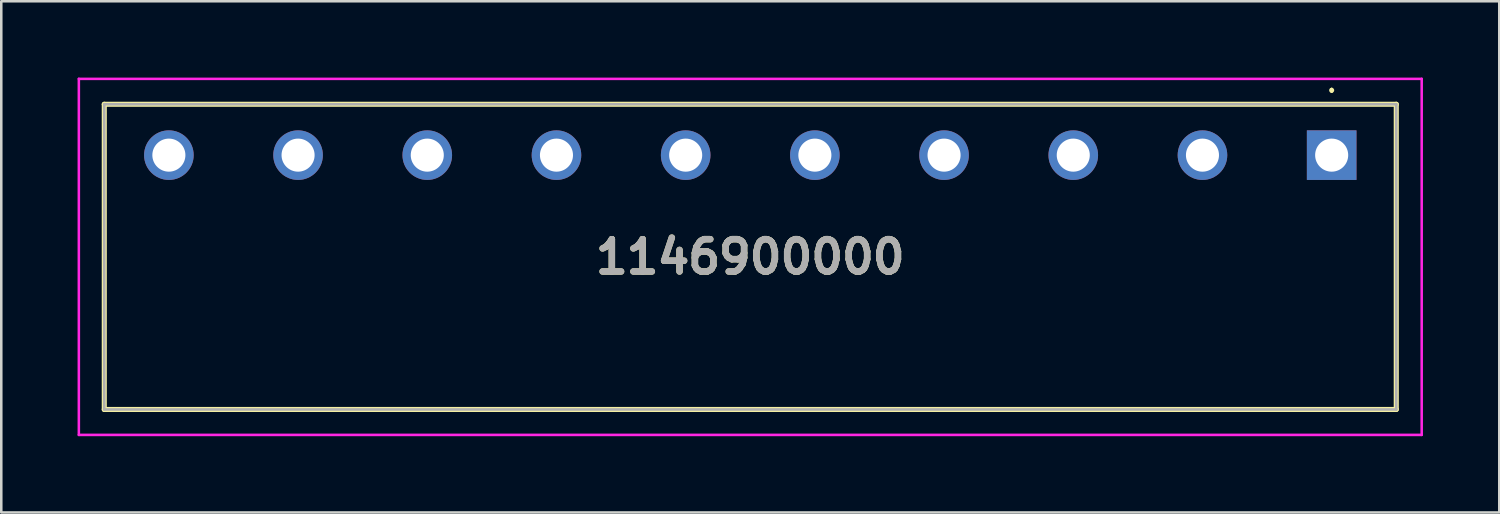
<source format=kicad_pcb>
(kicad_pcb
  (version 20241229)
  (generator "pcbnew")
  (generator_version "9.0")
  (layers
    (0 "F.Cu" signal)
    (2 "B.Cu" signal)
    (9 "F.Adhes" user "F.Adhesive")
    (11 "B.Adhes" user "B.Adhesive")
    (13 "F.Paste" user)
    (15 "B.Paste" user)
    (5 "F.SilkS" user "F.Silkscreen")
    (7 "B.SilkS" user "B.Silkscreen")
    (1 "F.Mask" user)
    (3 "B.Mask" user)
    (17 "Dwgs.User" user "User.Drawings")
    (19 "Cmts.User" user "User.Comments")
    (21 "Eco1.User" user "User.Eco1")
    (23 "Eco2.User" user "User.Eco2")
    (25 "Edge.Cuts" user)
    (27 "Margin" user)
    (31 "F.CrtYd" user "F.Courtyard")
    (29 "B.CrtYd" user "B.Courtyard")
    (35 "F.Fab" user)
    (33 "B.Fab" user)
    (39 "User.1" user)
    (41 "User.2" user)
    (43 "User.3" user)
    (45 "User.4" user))
  (footprint "1146900000"
    (layer "F.Cu")
    (at 49.31 3.05)
    (property "Reference" "1146900000" (at -22.86 4 0) (layer "F.SilkS") (effects (font (size 1.27 1.27) (thickness 0.254))))
    (attr through_hole)
    (fp_line (start -48.26 -2) (end -48.26 10) (stroke (width 0.2) (type solid)) (layer "F.SilkS"))
    (fp_line (start -48.26 10) (end 2.54 10) (stroke (width 0.2) (type solid)) (layer "F.SilkS"))
    (fp_line (start 0 -2.6) (end 0 -2.6) (stroke (width 0.1) (type solid)) (layer "F.SilkS"))
    (fp_line (start 0 -2.5) (end 0 -2.5) (stroke (width 0.1) (type solid)) (layer "F.SilkS"))
    (fp_line (start 2.54 -2) (end -48.26 -2) (stroke (width 0.2) (type solid)) (layer "F.SilkS"))
    (fp_line (start 2.54 10) (end 2.54 -2) (stroke (width 0.2) (type solid)) (layer "F.SilkS"))
    (fp_arc (start 0 -2.6) (mid 0.05 -2.55) (end 0 -2.5) (stroke (width 0.1) (type solid)) (layer "F.SilkS"))
    (fp_arc (start 0 -2.5) (mid -0.05 -2.55) (end 0 -2.6) (stroke (width 0.1) (type solid)) (layer "F.SilkS"))
    (fp_line (start -49.26 -3) (end -49.26 11) (stroke (width 0.1) (type solid)) (layer "F.CrtYd"))
    (fp_line (start -49.26 11) (end 3.54 11) (stroke (width 0.1) (type solid)) (layer "F.CrtYd"))
    (fp_line (start 3.54 -3) (end -49.26 -3) (stroke (width 0.1) (type solid)) (layer "F.CrtYd"))
    (fp_line (start 3.54 11) (end 3.54 -3) (stroke (width 0.1) (type solid)) (layer "F.CrtYd"))
    (fp_line (start -48.26 -2) (end -48.26 10) (stroke (width 0.1) (type solid)) (layer "F.Fab"))
    (fp_line (start -48.26 10) (end 2.54 10) (stroke (width 0.1) (type solid)) (layer "F.Fab"))
    (fp_line (start 2.54 -2) (end -48.26 -2) (stroke (width 0.1) (type solid)) (layer "F.Fab"))
    (fp_line (start 2.54 10) (end 2.54 -2) (stroke (width 0.1) (type solid)) (layer "F.Fab"))
    (fp_text user "${REFERENCE}" (at -22.86 4 0) (layer "F.Fab") (effects (font (size 1.27 1.27) (thickness 0.254))))
    (pad "1" thru_hole rect (at 0 0) (size 1.95 1.95) (drill 1.3) (layers "*.Cu" "*.Mask"))
    (pad "2" thru_hole circle (at -5.08 0) (size 1.95 1.95) (drill 1.3) (layers "*.Cu" "*.Mask"))
    (pad "3" thru_hole circle (at -10.16 0) (size 1.95 1.95) (drill 1.3) (layers "*.Cu" "*.Mask"))
    (pad "4" thru_hole circle (at -15.24 0) (size 1.95 1.95) (drill 1.3) (layers "*.Cu" "*.Mask"))
    (pad "5" thru_hole circle (at -20.32 0) (size 1.95 1.95) (drill 1.3) (layers "*.Cu" "*.Mask"))
    (pad "6" thru_hole circle (at -25.4 0) (size 1.95 1.95) (drill 1.3) (layers "*.Cu" "*.Mask"))
    (pad "7" thru_hole circle (at -30.48 0) (size 1.95 1.95) (drill 1.3) (layers "*.Cu" "*.Mask"))
    (pad "8" thru_hole circle (at -35.56 0) (size 1.95 1.95) (drill 1.3) (layers "*.Cu" "*.Mask"))
    (pad "9" thru_hole circle (at -40.64 0) (size 1.95 1.95) (drill 1.3) (layers "*.Cu" "*.Mask"))
    (pad "10" thru_hole circle (at -45.72 0) (size 1.95 1.95) (drill 1.3) (layers "*.Cu" "*.Mask")))
  (gr_rect
    (start -3 -3)
    (end 55.9 17.1)
    (stroke (width 0.1) (type default))
    (fill no)
    (layer "Edge.Cuts")))
</source>
